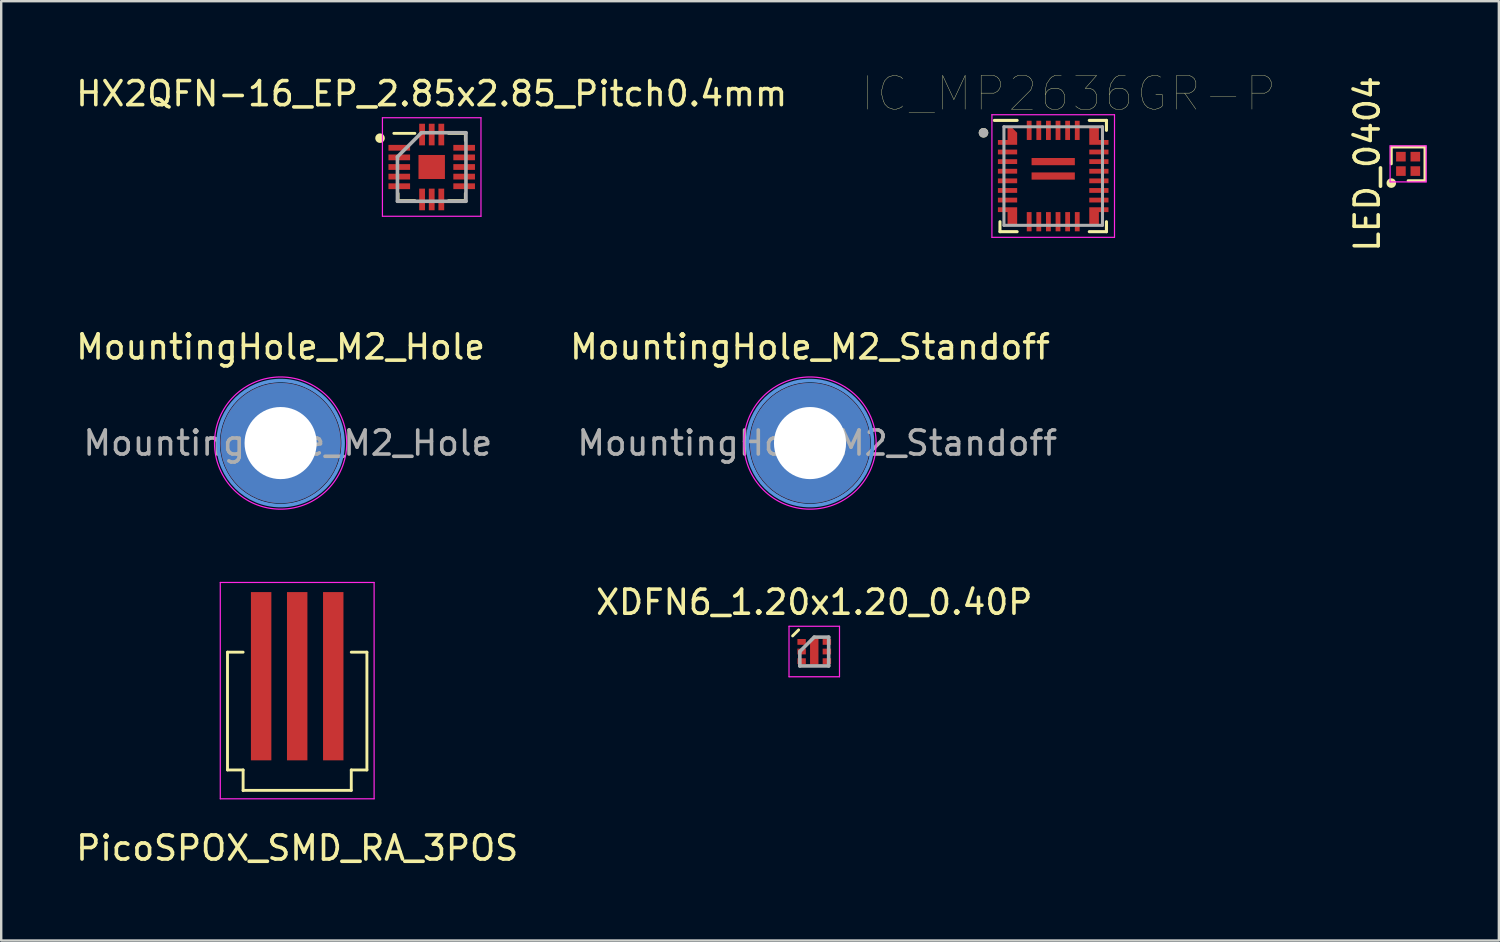
<source format=kicad_pcb>
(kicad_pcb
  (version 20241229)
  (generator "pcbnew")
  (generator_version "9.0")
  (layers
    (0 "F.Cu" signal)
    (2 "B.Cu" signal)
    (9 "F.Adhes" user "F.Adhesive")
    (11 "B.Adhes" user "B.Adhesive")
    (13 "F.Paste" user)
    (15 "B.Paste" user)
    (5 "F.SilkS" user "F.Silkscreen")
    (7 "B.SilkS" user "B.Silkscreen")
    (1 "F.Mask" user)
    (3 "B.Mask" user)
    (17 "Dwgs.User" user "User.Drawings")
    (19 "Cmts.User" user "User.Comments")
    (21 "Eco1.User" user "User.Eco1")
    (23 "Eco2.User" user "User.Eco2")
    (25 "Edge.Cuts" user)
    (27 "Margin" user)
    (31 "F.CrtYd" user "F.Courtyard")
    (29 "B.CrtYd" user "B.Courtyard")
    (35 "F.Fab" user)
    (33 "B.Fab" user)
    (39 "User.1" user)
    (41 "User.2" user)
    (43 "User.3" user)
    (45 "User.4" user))
  (footprint "XDFN6_1.20x1.20_0.40P"
    (layer "F.Cu")
    (at 30.827 24.057)
    (property "Reference" "XDFN6_1.20x1.20_0.40P" (at 0 -2.05 0) (layer "F.SilkS") (effects (font (size 1 1) (thickness 0.15))))
    (attr smd)
    (fp_line (start -0.65 -0.9) (end -0.9 -0.65) (stroke (width 0.12) (type solid)) (layer "F.SilkS"))
    (fp_line (start -1.05 -1.05) (end -1.05 1.05) (stroke (width 0.05) (type solid)) (layer "F.CrtYd"))
    (fp_line (start -1.05 1.05) (end 1.05 1.05) (stroke (width 0.05) (type solid)) (layer "F.CrtYd"))
    (fp_line (start 1.05 -1.05) (end -1.05 -1.05) (stroke (width 0.05) (type solid)) (layer "F.CrtYd"))
    (fp_line (start 1.05 1.05) (end 1.05 -1.05) (stroke (width 0.05) (type solid)) (layer "F.CrtYd"))
    (fp_line (start -0.6 0) (end 0 -0.6) (stroke (width 0.15) (type solid)) (layer "F.Fab"))
    (fp_line (start -0.6 0.6) (end -0.6 0) (stroke (width 0.15) (type solid)) (layer "F.Fab"))
    (fp_line (start 0 -0.6) (end 0.6 -0.6) (stroke (width 0.15) (type solid)) (layer "F.Fab"))
    (fp_line (start 0.6 -0.6) (end 0.6 0.6) (stroke (width 0.15) (type solid)) (layer "F.Fab"))
    (fp_line (start 0.6 0.6) (end -0.6 0.6) (stroke (width 0.15) (type solid)) (layer "F.Fab"))
    (pad "1" smd rect (at -0.525 -0.4 90) (size 0.24 0.35) (layers "F.Cu" "F.Mask" "F.Paste"))
    (pad "2" smd rect (at -0.525 0 90) (size 0.24 0.35) (layers "F.Cu" "F.Mask" "F.Paste"))
    (pad "3" smd rect (at -0.525 0.4 90) (size 0.24 0.35) (layers "F.Cu" "F.Mask" "F.Paste"))
    (pad "4" smd rect (at 0.525 0.4 90) (size 0.24 0.35) (layers "F.Cu" "F.Mask" "F.Paste"))
    (pad "5" smd rect (at 0.525 0 90) (size 0.24 0.35) (layers "F.Cu" "F.Mask" "F.Paste"))
    (pad "6" smd rect (at 0.525 -0.4 90) (size 0.24 0.35) (layers "F.Cu" "F.Mask" "F.Paste"))
    (pad "7" smd rect (at 0 0 90) (size 1.08 0.35) (layers "F.Cu" "F.Mask" "F.Paste")))
  (footprint "MountingHole_M2_Hole"
    (layer "F.Cu")
    (at 8.625 15.384)
    (property "Reference" "MountingHole_M2_Hole" (at 0 -4 0) (layer "F.SilkS") (effects (font (size 1 1) (thickness 0.15))))
    (attr smd)
    (fp_circle (center 0 0) (end 2.6 0) (stroke (width 0.15) (type solid)) (fill no) (layer "Cmts.User"))
    (fp_circle (center 0 0) (end 2.75 0) (stroke (width 0.05) (type solid)) (fill no) (layer "F.CrtYd"))
    (fp_text user "${REFERENCE}" (at 0.3 0 0) (layer "F.Fab") (effects (font (size 1 1) (thickness 0.15))))
    (pad "1" thru_hole circle (at 0 0) (size 5 5) (drill 3) (layers "*.Cu" "*.Mask")))
  (footprint "PicoSPOX_SMD_RA_3POS"
    (layer "F.Cu")
    (at 9.315 25.084)
    (property "Reference" "PicoSPOX_SMD_RA_3POS" (at 0 7.15 0) (layer "F.SilkS") (effects (font (size 1 1) (thickness 0.15))))
    (attr smd)
    (fp_line (start -2.9 -1) (end -2.25 -1) (stroke (width 0.12) (type solid)) (layer "F.SilkS"))
    (fp_line (start -2.9 3.9) (end -2.9 -1) (stroke (width 0.12) (type solid)) (layer "F.SilkS"))
    (fp_line (start -2.25 3.9) (end -2.9 3.9) (stroke (width 0.12) (type solid)) (layer "F.SilkS"))
    (fp_line (start -2.25 4.75) (end 2.25 4.75) (stroke (width 0.12) (type solid)) (layer "F.SilkS"))
    (fp_line (start -2.25 4.76) (end -2.25 3.9) (stroke (width 0.12) (type solid)) (layer "F.SilkS"))
    (fp_line (start 2.25 3.9) (end 2.9 3.9) (stroke (width 0.12) (type solid)) (layer "F.SilkS"))
    (fp_line (start 2.25 4.75) (end 2.25 3.9) (stroke (width 0.12) (type solid)) (layer "F.SilkS"))
    (fp_line (start 2.9 -1) (end 2.25 -1) (stroke (width 0.12) (type solid)) (layer "F.SilkS"))
    (fp_line (start 2.9 3.9) (end 2.9 -1) (stroke (width 0.12) (type solid)) (layer "F.SilkS"))
    (fp_line (start -3.2 -3.9) (end -3.2 5.1) (stroke (width 0.05) (type solid)) (layer "F.CrtYd"))
    (fp_line (start -3.2 -3.9) (end 3.2 -3.9) (stroke (width 0.05) (type solid)) (layer "F.CrtYd"))
    (fp_line (start -3.2 5.1) (end 3.2 5.1) (stroke (width 0.05) (type solid)) (layer "F.CrtYd"))
    (fp_line (start 3.2 -3.9) (end 3.2 5.1) (stroke (width 0.05) (type solid)) (layer "F.CrtYd"))
    (pad "1" smd rect (at -1.5 0) (size 0.85 7) (layers "F.Cu" "F.Mask" "F.Paste"))
    (pad "2" smd rect (at 0 0) (size 0.85 7) (layers "F.Cu" "F.Mask" "F.Paste"))
    (pad "3" smd rect (at 1.5 0) (size 0.85 7) (layers "F.Cu" "F.Mask" "F.Paste")))
  (footprint "LED_0404"
    (layer "F.Cu")
    (at 55.535 3.768)
    (property "Reference" "LED_0404" (at -1.7 0 90) (layer "F.SilkS") (effects (font (size 1 1) (thickness 0.15))))
    (attr smd)
    (fp_line (start -0.7 -0.7) (end 0.7 -0.7) (stroke (width 0.12) (type solid)) (layer "F.SilkS"))
    (fp_line (start -0.7 0) (end -0.7 -0.7) (stroke (width 0.12) (type solid)) (layer "F.SilkS"))
    (fp_line (start 0.7 -0.7) (end 0.7 0.7) (stroke (width 0.12) (type solid)) (layer "F.SilkS"))
    (fp_line (start 0.7 0.7) (end 0 0.7) (stroke (width 0.12) (type solid)) (layer "F.SilkS"))
    (fp_circle (center -0.7 0.8) (end -0.6 0.8) (stroke (width 0.2) (type solid)) (fill no) (layer "F.SilkS"))
    (fp_line (start -0.75 -0.75) (end 0.75 -0.75) (stroke (width 0.05) (type solid)) (layer "F.CrtYd"))
    (fp_line (start -0.75 0.75) (end -0.75 -0.75) (stroke (width 0.05) (type solid)) (layer "F.CrtYd"))
    (fp_line (start 0.75 -0.75) (end 0.75 0.75) (stroke (width 0.05) (type solid)) (layer "F.CrtYd"))
    (fp_line (start 0.75 0.75) (end -0.75 0.75) (stroke (width 0.05) (type solid)) (layer "F.CrtYd"))
    (pad "1" smd rect (at -0.3 0.3) (size 0.4 0.4) (layers "F.Cu" "F.Mask" "F.Paste"))
    (pad "2" smd rect (at 0.3 0.3) (size 0.4 0.4) (layers "F.Cu" "F.Mask" "F.Paste"))
    (pad "3" smd rect (at 0.3 -0.3) (size 0.4 0.4) (layers "F.Cu" "F.Mask" "F.Paste"))
    (pad "4" smd rect (at -0.3 -0.3) (size 0.4 0.4) (layers "F.Cu" "F.Mask" "F.Paste")))
  (footprint "MountingHole_M2_Standoff"
    (layer "F.Cu")
    (at 30.651 15.384)
    (property "Reference" "MountingHole_M2_Standoff" (at 0 -4 0) (layer "F.SilkS") (effects (font (size 1 1) (thickness 0.15))))
    (attr exclude_from_pos_files exclude_from_bom)
    (fp_arc (start -1.414214 -1.414214) (mid -0.765367 -1.84776) (end 0 -2) (stroke (width 1) (type solid)) (layer "F.Paste"))
    (fp_arc (start -1.414214 1.414214) (mid -1.84776 0.765367) (end -2 0) (stroke (width 1) (type solid)) (layer "F.Paste"))
    (fp_arc (start 1.414214 -1.414214) (mid 1.84776 -0.765367) (end 2 0) (stroke (width 1) (type solid)) (layer "F.Paste"))
    (fp_arc (start 1.414214 1.414214) (mid 0.765367 1.84776) (end 0 2) (stroke (width 1) (type solid)) (layer "F.Paste"))
    (fp_circle (center 0 0) (end 2.6 0) (stroke (width 0.15) (type solid)) (fill no) (layer "Cmts.User"))
    (fp_circle (center 0 0) (end 2.75 0) (stroke (width 0.05) (type solid)) (fill no) (layer "F.CrtYd"))
    (fp_text user "${REFERENCE}" (at 0.3 0 0) (layer "F.Fab") (effects (font (size 1 1) (thickness 0.15))))
    (pad "1" thru_hole circle (at 0 0) (size 5 5) (drill 3) (layers "*.Cu" "*.Mask")))
  (footprint "IC_MP2636GR-P"
    (layer "F.Cu")
    (at 40.769 4.274)
    (property "Reference" "IC_MP2636GR-P" (at 0.635 -3.429 0) (layer "F.SilkS") (effects (font (size 1.4 1.4) (thickness 0.015))))
    (attr through_hole)
    (fp_line (start -2.45 -2.315) (end -1.5 -2.315) (stroke (width 0.127) (type solid)) (layer "F.SilkS"))
    (fp_line (start -2.215 1.9) (end -2.215 2.315) (stroke (width 0.127) (type solid)) (layer "F.SilkS"))
    (fp_line (start -2.215 2.315) (end -1.5 2.315) (stroke (width 0.127) (type solid)) (layer "F.SilkS"))
    (fp_line (start 2.215 -2.315) (end 1.5 -2.315) (stroke (width 0.127) (type solid)) (layer "F.SilkS"))
    (fp_line (start 2.215 -1.9) (end 2.215 -2.315) (stroke (width 0.127) (type solid)) (layer "F.SilkS"))
    (fp_line (start 2.215 1.9) (end 2.215 2.315) (stroke (width 0.127) (type solid)) (layer "F.SilkS"))
    (fp_line (start 2.215 2.315) (end 1.5 2.315) (stroke (width 0.127) (type solid)) (layer "F.SilkS"))
    (fp_circle (center -2.9 -1.8) (end -2.8 -1.8) (stroke (width 0.2) (type solid)) (fill no) (layer "F.SilkS"))
    (fp_line (start -2.55 -2.55) (end 2.55 -2.55) (stroke (width 0.05) (type solid)) (layer "F.CrtYd"))
    (fp_line (start -2.55 2.55) (end -2.55 -2.55) (stroke (width 0.05) (type solid)) (layer "F.CrtYd"))
    (fp_line (start 2.55 -2.55) (end 2.55 2.55) (stroke (width 0.05) (type solid)) (layer "F.CrtYd"))
    (fp_line (start 2.55 2.55) (end -2.55 2.55) (stroke (width 0.05) (type solid)) (layer "F.CrtYd"))
    (fp_line (start -2.05 -2.05) (end 2.05 -2.05) (stroke (width 0.127) (type solid)) (layer "F.Fab"))
    (fp_line (start -2.05 2.05) (end -2.05 -2.05) (stroke (width 0.127) (type solid)) (layer "F.Fab"))
    (fp_line (start 2.05 -2.05) (end 2.05 2.05) (stroke (width 0.127) (type solid)) (layer "F.Fab"))
    (fp_line (start 2.05 2.05) (end -2.05 2.05) (stroke (width 0.127) (type solid)) (layer "F.Fab"))
    (fp_circle (center -2.9 -1.8) (end -2.8 -1.8) (stroke (width 0.2) (type solid)) (fill no) (layer "F.Fab"))
    (pad "1" smd custom (at -1.9 -1.4) (size 0.8 0.2) (layers "F.Cu" "F.Mask" "F.Paste") (options (anchor rect)) (primitives (gr_poly (pts (xy 0.4 -0.4) (xy 0.4 0.1) (xy 0 0.1) (xy 0 -0.6) (xy 0.2 -0.6)) (width 0) (fill yes))))
    (pad "2" smd rect (at -1.9 -1) (size 0.8 0.2) (layers "F.Cu" "F.Mask" "F.Paste"))
    (pad "3" smd rect (at -1.9 -0.6) (size 0.8 0.2) (layers "F.Cu" "F.Mask" "F.Paste"))
    (pad "4" smd rect (at -1.9 -0.2) (size 0.8 0.2) (layers "F.Cu" "F.Mask" "F.Paste"))
    (pad "5" smd rect (at -1.9 0.2) (size 0.8 0.2) (layers "F.Cu" "F.Mask" "F.Paste"))
    (pad "6" smd rect (at -1.9 0.6) (size 0.8 0.2) (layers "F.Cu" "F.Mask" "F.Paste"))
    (pad "7" smd rect (at -1.9 1) (size 0.8 0.2) (layers "F.Cu" "F.Mask" "F.Paste"))
    (pad "8" smd custom (at -1.9 1.4) (size 0.8 0.2) (layers "F.Cu" "F.Mask" "F.Paste") (options (anchor rect)) (primitives (gr_poly (pts (xy 0.4 0.6) (xy 0 0.6) (xy 0 -0.1) (xy 0.4 -0.1)) (width 0) (fill yes))))
    (pad "9" smd rect (at -1 1.9) (size 0.2 0.8) (layers "F.Cu" "F.Mask" "F.Paste"))
    (pad "10" smd rect (at -0.6 1.9) (size 0.2 0.8) (layers "F.Cu" "F.Mask" "F.Paste"))
    (pad "11" smd rect (at -0.2 1.9) (size 0.2 0.8) (layers "F.Cu" "F.Mask" "F.Paste"))
    (pad "12" smd rect (at 0.2 1.9) (size 0.2 0.8) (layers "F.Cu" "F.Mask" "F.Paste"))
    (pad "13" smd rect (at 0.6 1.9) (size 0.2 0.8) (layers "F.Cu" "F.Mask" "F.Paste"))
    (pad "14" smd rect (at 1 1.9) (size 0.2 0.8) (layers "F.Cu" "F.Mask" "F.Paste"))
    (pad "15" smd custom (at 1.9 1.4) (size 0.8 0.2) (layers "F.Cu" "F.Mask" "F.Paste") (options (anchor rect)) (primitives (gr_poly (pts (xy 0 0.6) (xy -0.4 0.6) (xy -0.4 -0.1) (xy 0 -0.1)) (width 0) (fill yes))))
    (pad "16" smd rect (at 1.9 1) (size 0.8 0.2) (layers "F.Cu" "F.Mask" "F.Paste"))
    (pad "17" smd rect (at 1.9 0.6) (size 0.8 0.2) (layers "F.Cu" "F.Mask" "F.Paste"))
    (pad "18" smd rect (at 1.9 0.2) (size 0.8 0.2) (layers "F.Cu" "F.Mask" "F.Paste"))
    (pad "19" smd rect (at 1.9 -0.2) (size 0.8 0.2) (layers "F.Cu" "F.Mask" "F.Paste"))
    (pad "20" smd rect (at 1.9 -0.6) (size 0.8 0.2) (layers "F.Cu" "F.Mask" "F.Paste"))
    (pad "21" smd rect (at 1.9 -1) (size 0.8 0.2) (layers "F.Cu" "F.Mask" "F.Paste"))
    (pad "22" smd custom (at 1.9 -1.4) (size 0.8 0.2) (layers "F.Cu" "F.Mask" "F.Paste") (options (anchor rect)) (primitives (gr_poly (pts (xy 0 0.1) (xy -0.4 0.1) (xy -0.4 -0.6) (xy 0 -0.6)) (width 0) (fill yes))))
    (pad "23" smd rect (at 1 -1.9) (size 0.2 0.8) (layers "F.Cu" "F.Mask" "F.Paste"))
    (pad "24" smd rect (at 0.6 -1.9) (size 0.2 0.8) (layers "F.Cu" "F.Mask" "F.Paste"))
    (pad "25" smd rect (at 0.2 -1.9) (size 0.2 0.8) (layers "F.Cu" "F.Mask" "F.Paste"))
    (pad "26" smd rect (at -0.2 -1.9) (size 0.2 0.8) (layers "F.Cu" "F.Mask" "F.Paste"))
    (pad "27" smd rect (at -0.6 -1.9) (size 0.2 0.8) (layers "F.Cu" "F.Mask" "F.Paste"))
    (pad "28" smd rect (at -1 -1.9) (size 0.2 0.8) (layers "F.Cu" "F.Mask" "F.Paste"))
    (pad "29" smd rect (at 0 -0.6) (size 1.8 0.3) (layers "F.Cu" "F.Mask" "F.Paste"))
    (pad "30" smd rect (at 0 0) (size 1.8 0.3) (layers "F.Cu" "F.Mask" "F.Paste")))
  (footprint "HX2QFN-16_EP_2.85x2.85_Pitch0.4mm"
    (layer "F.Cu")
    (at 14.911 3.898)
    (property "Reference" "HX2QFN-16_EP_2.85x2.85_Pitch0.4mm" (at 0 -3.05 0) (layer "F.SilkS") (effects (font (size 1 1) (thickness 0.15))))
    (attr smd)
    (fp_line (start -1.4 1.4) (end -1.4 1.1) (stroke (width 0.12) (type solid)) (layer "F.SilkS"))
    (fp_line (start -0.7 -1.4) (end -1.575 -1.4) (stroke (width 0.12) (type solid)) (layer "F.SilkS"))
    (fp_line (start -0.7 1.4) (end -1.4 1.4) (stroke (width 0.12) (type solid)) (layer "F.SilkS"))
    (fp_line (start 0.7 -1.4) (end 1.4 -1.4) (stroke (width 0.12) (type solid)) (layer "F.SilkS"))
    (fp_line (start 0.7 1.4) (end 1.4 1.4) (stroke (width 0.12) (type solid)) (layer "F.SilkS"))
    (fp_line (start 1.4 -1.4) (end 1.4 -1.1) (stroke (width 0.12) (type solid)) (layer "F.SilkS"))
    (fp_line (start 1.4 1.4) (end 1.4 1.1) (stroke (width 0.12) (type solid)) (layer "F.SilkS"))
    (fp_circle (center -2.15 -1.2) (end -2.05 -1.2) (stroke (width 0.2) (type solid)) (fill no) (layer "F.SilkS"))
    (fp_line (start -2.05 -2.05) (end 2.05 -2.05) (stroke (width 0.05) (type solid)) (layer "F.CrtYd"))
    (fp_line (start -2.05 2.05) (end -2.05 -2.05) (stroke (width 0.05) (type solid)) (layer "F.CrtYd"))
    (fp_line (start 2.05 -2.05) (end 2.05 2.05) (stroke (width 0.05) (type solid)) (layer "F.CrtYd"))
    (fp_line (start 2.05 2.05) (end -2.05 2.05) (stroke (width 0.05) (type solid)) (layer "F.CrtYd"))
    (fp_line (start -1.425 -0.425) (end -1.425 1.425) (stroke (width 0.15) (type solid)) (layer "F.Fab"))
    (fp_line (start -1.425 1.425) (end 1.425 1.425) (stroke (width 0.15) (type solid)) (layer "F.Fab"))
    (fp_line (start -0.425 -1.425) (end -1.425 -0.425) (stroke (width 0.15) (type solid)) (layer "F.Fab"))
    (fp_line (start 1.425 -1.425) (end -0.425 -1.425) (stroke (width 0.15) (type solid)) (layer "F.Fab"))
    (fp_line (start 1.425 1.425) (end 1.425 -1.425) (stroke (width 0.15) (type solid)) (layer "F.Fab"))
    (pad "1" smd rect (at -1.35 -0.8 90) (size 0.24 0.9) (layers "F.Cu" "F.Mask" "F.Paste"))
    (pad "2" smd rect (at -1.35 -0.4 90) (size 0.24 0.9) (layers "F.Cu" "F.Mask" "F.Paste"))
    (pad "3" smd rect (at -1.35 0 90) (size 0.24 0.9) (layers "F.Cu" "F.Mask" "F.Paste"))
    (pad "4" smd rect (at -1.35 0.4 90) (size 0.24 0.9) (layers "F.Cu" "F.Mask" "F.Paste"))
    (pad "5" smd rect (at -1.35 0.8 90) (size 0.24 0.9) (layers "F.Cu" "F.Mask" "F.Paste"))
    (pad "6" smd rect (at -0.4 1.35) (size 0.24 0.9) (layers "F.Cu" "F.Mask" "F.Paste"))
    (pad "7" smd rect (at 0 1.35) (size 0.24 0.9) (layers "F.Cu" "F.Mask" "F.Paste"))
    (pad "8" smd rect (at 0.4 1.35) (size 0.24 0.9) (layers "F.Cu" "F.Mask" "F.Paste"))
    (pad "9" smd rect (at 1.35 0.8 90) (size 0.24 0.9) (layers "F.Cu" "F.Mask" "F.Paste"))
    (pad "10" smd rect (at 1.35 0.4 90) (size 0.24 0.9) (layers "F.Cu" "F.Mask" "F.Paste"))
    (pad "11" smd rect (at 1.35 0 90) (size 0.24 0.9) (layers "F.Cu" "F.Mask" "F.Paste"))
    (pad "12" smd rect (at 1.35 -0.4 90) (size 0.24 0.9) (layers "F.Cu" "F.Mask" "F.Paste"))
    (pad "13" smd rect (at 1.35 -0.8 90) (size 0.24 0.9) (layers "F.Cu" "F.Mask" "F.Paste"))
    (pad "14" smd rect (at 0.4 -1.35) (size 0.24 0.9) (layers "F.Cu" "F.Mask" "F.Paste"))
    (pad "15" smd rect (at 0 -1.35) (size 0.24 0.9) (layers "F.Cu" "F.Mask" "F.Paste"))
    (pad "16" smd rect (at -0.4 -1.35) (size 0.24 0.9) (layers "F.Cu" "F.Mask" "F.Paste"))
    (pad "17" smd rect (at 0 0) (size 1.1 1) (layers "F.Cu" "F.Mask" "F.Paste")))
  (gr_rect
    (start -3 -3)
    (end 59.31 36.082)
    (stroke (width 0.1) (type default))
    (fill no)
    (layer "Edge.Cuts")))
</source>
